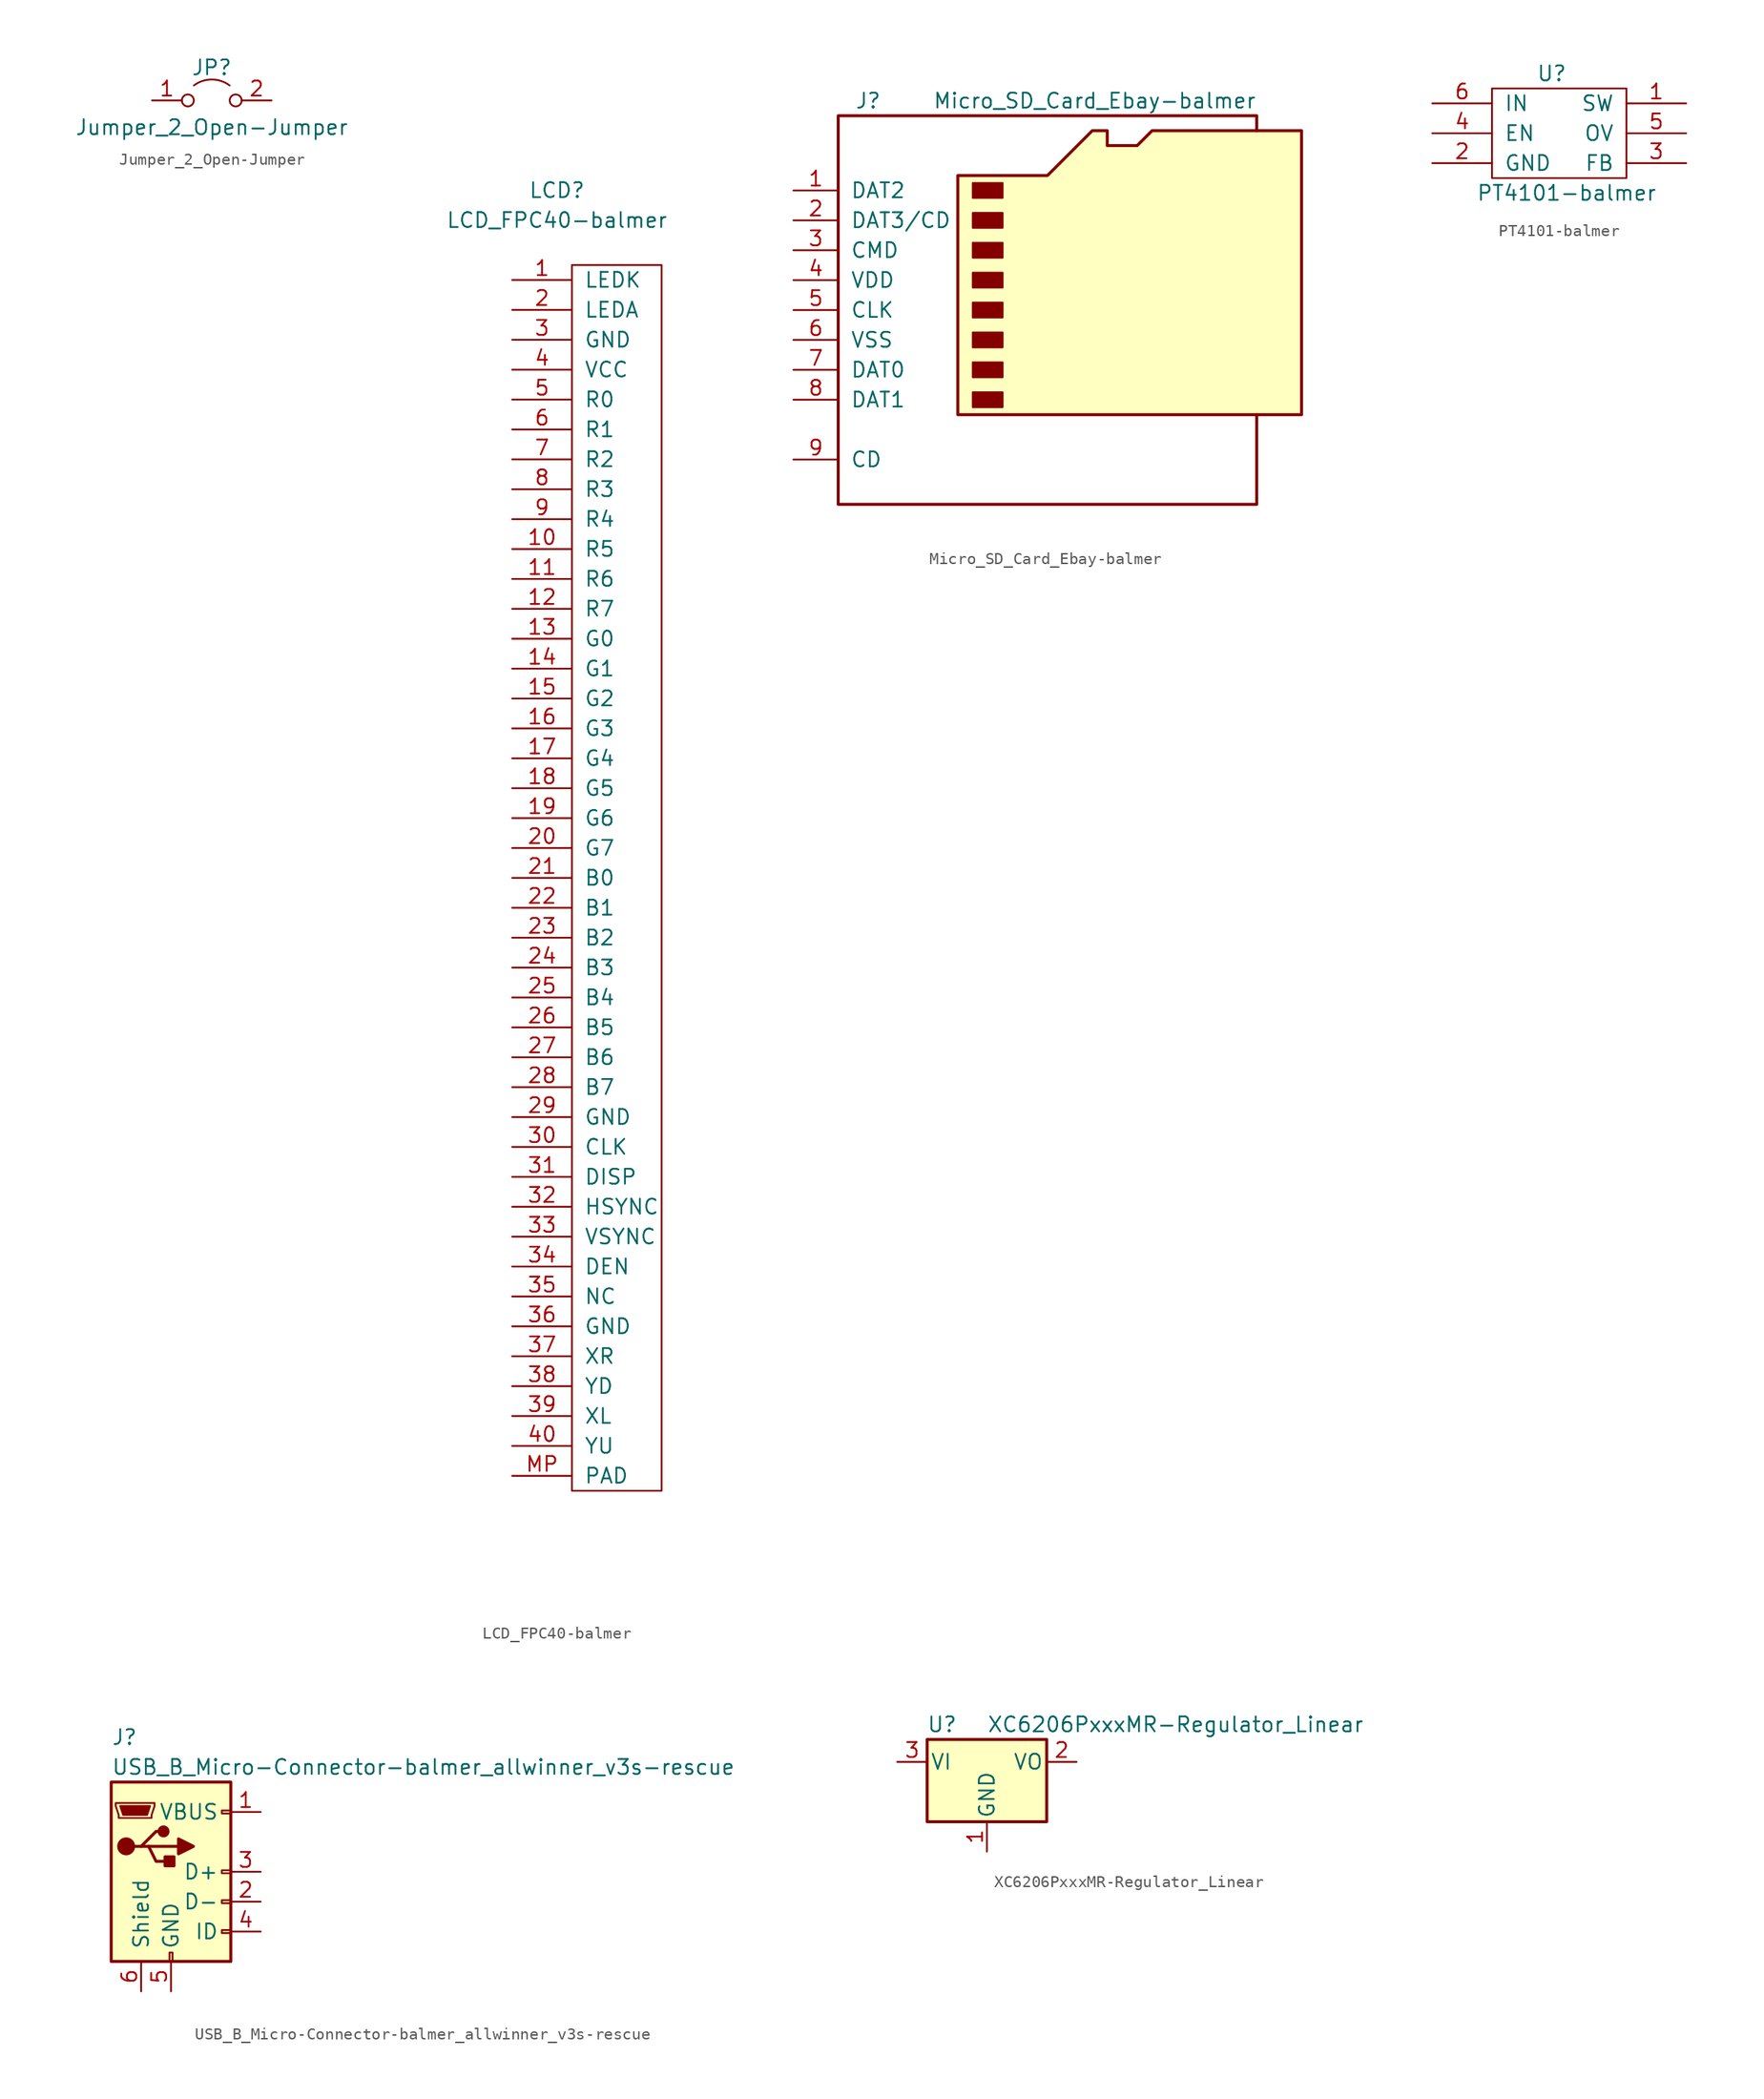
<source format=kicad_sym>
(kicad_symbol_lib
  (version 20211014)
  (generator kicad_symbol_editor)
  (symbol "Jumper_2_Open-Jumper"
    (pin_names
      (offset 0) hide)
    (property "Reference" "JP"
      (at 0 2.794 0)
      (effects (font (size 1.27 1.27))))
    (property "Value" "Jumper_2_Open-Jumper"
      (at 0 -2.286 0)
      (effects (font (size 1.27 1.27))))
    (symbol "Jumper_2_Open-Jumper_0_0"
      (circle (center -2.032 0) (radius 0.508) (stroke (width 0) (type default) (color 0 0 0 0)) (fill (type none)))
      (circle (center 2.032 0) (radius 0.508) (stroke (width 0) (type default) (color 0 0 0 0)) (fill (type none))))
    (symbol "Jumper_2_Open-Jumper_0_1"
      (arc (start 1.524 1.27) (mid 0 1.778) (end -1.524 1.27) (stroke (width 0) (type default) (color 0 0 0 0)) (fill (type none))))
    (symbol "Jumper_2_Open-Jumper_1_1"
      (pin passive line (at -5.08 0 0) (length 2.54) (name "A" (effects (font (size 1.27 1.27)))) (number "1" (effects (font (size 1.27 1.27)))))
      (pin passive line (at 5.08 0 180) (length 2.54) (name "B" (effects (font (size 1.27 1.27)))) (number "2" (effects (font (size 1.27 1.27)))))))
  (symbol "LCD_FPC40-balmer"
    (pin_names
      (offset 1.016))
    (property "Reference" "LCD"
      (at -3.81 54.61 0)
      (effects (font (size 1.27 1.27))))
    (property "Value" "LCD_FPC40-balmer"
      (at -3.81 52.07 0)
      (effects (font (size 1.27 1.27))))
    (symbol "LCD_FPC40-balmer_0_1"
      (rectangle (start -2.54 48.26) (end 5.08 -55.88) (stroke (width 0) (type default) (color 0 0 0 0)) (fill (type none))))
    (symbol "LCD_FPC40-balmer_1_1"
      (pin input line (at -7.62 46.99 0) (length 5.08) (name "LEDK" (effects (font (size 1.27 1.27)))) (number "1" (effects (font (size 1.27 1.27)))))
      (pin input line (at -7.62 24.13 0) (length 5.08) (name "R5" (effects (font (size 1.27 1.27)))) (number "10" (effects (font (size 1.27 1.27)))))
      (pin input line (at -7.62 21.59 0) (length 5.08) (name "R6" (effects (font (size 1.27 1.27)))) (number "11" (effects (font (size 1.27 1.27)))))
      (pin input line (at -7.62 19.05 0) (length 5.08) (name "R7" (effects (font (size 1.27 1.27)))) (number "12" (effects (font (size 1.27 1.27)))))
      (pin input line (at -7.62 16.51 0) (length 5.08) (name "G0" (effects (font (size 1.27 1.27)))) (number "13" (effects (font (size 1.27 1.27)))))
      (pin input line (at -7.62 13.97 0) (length 5.08) (name "G1" (effects (font (size 1.27 1.27)))) (number "14" (effects (font (size 1.27 1.27)))))
      (pin input line (at -7.62 11.43 0) (length 5.08) (name "G2" (effects (font (size 1.27 1.27)))) (number "15" (effects (font (size 1.27 1.27)))))
      (pin input line (at -7.62 8.89 0) (length 5.08) (name "G3" (effects (font (size 1.27 1.27)))) (number "16" (effects (font (size 1.27 1.27)))))
      (pin input line (at -7.62 6.35 0) (length 5.08) (name "G4" (effects (font (size 1.27 1.27)))) (number "17" (effects (font (size 1.27 1.27)))))
      (pin input line (at -7.62 3.81 0) (length 5.08) (name "G5" (effects (font (size 1.27 1.27)))) (number "18" (effects (font (size 1.27 1.27)))))
      (pin input line (at -7.62 1.27 0) (length 5.08) (name "G6" (effects (font (size 1.27 1.27)))) (number "19" (effects (font (size 1.27 1.27)))))
      (pin input line (at -7.62 44.45 0) (length 5.08) (name "LEDA" (effects (font (size 1.27 1.27)))) (number "2" (effects (font (size 1.27 1.27)))))
      (pin input line (at -7.62 -1.27 0) (length 5.08) (name "G7" (effects (font (size 1.27 1.27)))) (number "20" (effects (font (size 1.27 1.27)))))
      (pin input line (at -7.62 -3.81 0) (length 5.08) (name "B0" (effects (font (size 1.27 1.27)))) (number "21" (effects (font (size 1.27 1.27)))))
      (pin input line (at -7.62 -6.35 0) (length 5.08) (name "B1" (effects (font (size 1.27 1.27)))) (number "22" (effects (font (size 1.27 1.27)))))
      (pin input line (at -7.62 -8.89 0) (length 5.08) (name "B2" (effects (font (size 1.27 1.27)))) (number "23" (effects (font (size 1.27 1.27)))))
      (pin input line (at -7.62 -11.43 0) (length 5.08) (name "B3" (effects (font (size 1.27 1.27)))) (number "24" (effects (font (size 1.27 1.27)))))
      (pin input line (at -7.62 -13.97 0) (length 5.08) (name "B4" (effects (font (size 1.27 1.27)))) (number "25" (effects (font (size 1.27 1.27)))))
      (pin input line (at -7.62 -16.51 0) (length 5.08) (name "B5" (effects (font (size 1.27 1.27)))) (number "26" (effects (font (size 1.27 1.27)))))
      (pin input line (at -7.62 -19.05 0) (length 5.08) (name "B6" (effects (font (size 1.27 1.27)))) (number "27" (effects (font (size 1.27 1.27)))))
      (pin input line (at -7.62 -21.59 0) (length 5.08) (name "B7" (effects (font (size 1.27 1.27)))) (number "28" (effects (font (size 1.27 1.27)))))
      (pin input line (at -7.62 -24.13 0) (length 5.08) (name "GND" (effects (font (size 1.27 1.27)))) (number "29" (effects (font (size 1.27 1.27)))))
      (pin input line (at -7.62 41.91 0) (length 5.08) (name "GND" (effects (font (size 1.27 1.27)))) (number "3" (effects (font (size 1.27 1.27)))))
      (pin input line (at -7.62 -26.67 0) (length 5.08) (name "CLK" (effects (font (size 1.27 1.27)))) (number "30" (effects (font (size 1.27 1.27)))))
      (pin input line (at -7.62 -29.21 0) (length 5.08) (name "DISP" (effects (font (size 1.27 1.27)))) (number "31" (effects (font (size 1.27 1.27)))))
      (pin input line (at -7.62 -31.75 0) (length 5.08) (name "HSYNC" (effects (font (size 1.27 1.27)))) (number "32" (effects (font (size 1.27 1.27)))))
      (pin input line (at -7.62 -34.29 0) (length 5.08) (name "VSYNC" (effects (font (size 1.27 1.27)))) (number "33" (effects (font (size 1.27 1.27)))))
      (pin input line (at -7.62 -36.83 0) (length 5.08) (name "DEN" (effects (font (size 1.27 1.27)))) (number "34" (effects (font (size 1.27 1.27)))))
      (pin input line (at -7.62 -39.37 0) (length 5.08) (name "NC" (effects (font (size 1.27 1.27)))) (number "35" (effects (font (size 1.27 1.27)))))
      (pin input line (at -7.62 -41.91 0) (length 5.08) (name "GND" (effects (font (size 1.27 1.27)))) (number "36" (effects (font (size 1.27 1.27)))))
      (pin input line (at -7.62 -44.45 0) (length 5.08) (name "XR" (effects (font (size 1.27 1.27)))) (number "37" (effects (font (size 1.27 1.27)))))
      (pin input line (at -7.62 -46.99 0) (length 5.08) (name "YD" (effects (font (size 1.27 1.27)))) (number "38" (effects (font (size 1.27 1.27)))))
      (pin input line (at -7.62 -49.53 0) (length 5.08) (name "XL" (effects (font (size 1.27 1.27)))) (number "39" (effects (font (size 1.27 1.27)))))
      (pin input line (at -7.62 39.37 0) (length 5.08) (name "VCC" (effects (font (size 1.27 1.27)))) (number "4" (effects (font (size 1.27 1.27)))))
      (pin input line (at -7.62 -52.07 0) (length 5.08) (name "YU" (effects (font (size 1.27 1.27)))) (number "40" (effects (font (size 1.27 1.27)))))
      (pin input line (at -7.62 36.83 0) (length 5.08) (name "R0" (effects (font (size 1.27 1.27)))) (number "5" (effects (font (size 1.27 1.27)))))
      (pin input line (at -7.62 34.29 0) (length 5.08) (name "R1" (effects (font (size 1.27 1.27)))) (number "6" (effects (font (size 1.27 1.27)))))
      (pin input line (at -7.62 31.75 0) (length 5.08) (name "R2" (effects (font (size 1.27 1.27)))) (number "7" (effects (font (size 1.27 1.27)))))
      (pin input line (at -7.62 29.21 0) (length 5.08) (name "R3" (effects (font (size 1.27 1.27)))) (number "8" (effects (font (size 1.27 1.27)))))
      (pin input line (at -7.62 26.67 0) (length 5.08) (name "R4" (effects (font (size 1.27 1.27)))) (number "9" (effects (font (size 1.27 1.27)))))
      (pin input line (at -7.62 -54.61 0) (length 5.08) (name "PAD" (effects (font (size 1.27 1.27)))) (number "MP" (effects (font (size 1.27 1.27)))))))
  (symbol "Micro_SD_Card_Ebay-balmer"
    (pin_names
      (offset 1.016))
    (property "Reference" "J"
      (at -16.51 17.78 0)
      (effects (font (size 1.27 1.27))))
    (property "Value" "Micro_SD_Card_Ebay-balmer"
      (at 16.51 17.78 0)
      (effects (font (size 1.27 1.27)) (justify right)))
    (symbol "Micro_SD_Card_Ebay-balmer_0_1"
      (rectangle (start -7.62 -6.985) (end -5.08 -8.255) (stroke (width 0) (type default) (color 0 0 0 0)) (fill (type outline)))
      (rectangle (start -7.62 -4.445) (end -5.08 -5.715) (stroke (width 0) (type default) (color 0 0 0 0)) (fill (type outline)))
      (rectangle (start -7.62 -1.905) (end -5.08 -3.175) (stroke (width 0) (type default) (color 0 0 0 0)) (fill (type outline)))
      (rectangle (start -7.62 0.635) (end -5.08 -0.635) (stroke (width 0) (type default) (color 0 0 0 0)) (fill (type outline)))
      (rectangle (start -7.62 3.175) (end -5.08 1.905) (stroke (width 0) (type default) (color 0 0 0 0)) (fill (type outline)))
      (rectangle (start -7.62 5.715) (end -5.08 4.445) (stroke (width 0) (type default) (color 0 0 0 0)) (fill (type outline)))
      (rectangle (start -7.62 8.255) (end -5.08 6.985) (stroke (width 0) (type default) (color 0 0 0 0)) (fill (type outline)))
      (rectangle (start -7.62 10.795) (end -5.08 9.525) (stroke (width 0) (type default) (color 0 0 0 0)) (fill (type outline)))
      (polyline (pts (xy 16.51 15.24) (xy 16.51 16.51) (xy -19.05 16.51) (xy -19.05 -16.51) (xy 16.51 -16.51) (xy 16.51 -8.89)) (stroke (width 0.254) (type default) (color 0 0 0 0)) (fill (type none)))
      (polyline (pts (xy -8.89 -8.89) (xy -8.89 11.43) (xy -1.27 11.43) (xy 2.54 15.24) (xy 3.81 15.24) (xy 3.81 13.97) (xy 6.35 13.97) (xy 7.62 15.24) (xy 20.32 15.24) (xy 20.32 -8.89) (xy -8.89 -8.89)) (stroke (width 0.254) (type default) (color 0 0 0 0)) (fill (type background))))
    (symbol "Micro_SD_Card_Ebay-balmer_1_1"
      (pin bidirectional line (at -22.86 10.16 0) (length 3.81) (name "DAT2" (effects (font (size 1.27 1.27)))) (number "1" (effects (font (size 1.27 1.27)))))
      (pin bidirectional line (at -22.86 7.62 0) (length 3.81) (name "DAT3/CD" (effects (font (size 1.27 1.27)))) (number "2" (effects (font (size 1.27 1.27)))))
      (pin input line (at -22.86 5.08 0) (length 3.81) (name "CMD" (effects (font (size 1.27 1.27)))) (number "3" (effects (font (size 1.27 1.27)))))
      (pin power_in line (at -22.86 2.54 0) (length 3.81) (name "VDD" (effects (font (size 1.27 1.27)))) (number "4" (effects (font (size 1.27 1.27)))))
      (pin input line (at -22.86 0 0) (length 3.81) (name "CLK" (effects (font (size 1.27 1.27)))) (number "5" (effects (font (size 1.27 1.27)))))
      (pin power_in line (at -22.86 -2.54 0) (length 3.81) (name "VSS" (effects (font (size 1.27 1.27)))) (number "6" (effects (font (size 1.27 1.27)))))
      (pin bidirectional line (at -22.86 -5.08 0) (length 3.81) (name "DAT0" (effects (font (size 1.27 1.27)))) (number "7" (effects (font (size 1.27 1.27)))))
      (pin bidirectional line (at -22.86 -7.62 0) (length 3.81) (name "DAT1" (effects (font (size 1.27 1.27)))) (number "8" (effects (font (size 1.27 1.27)))))
      (pin passive line (at -22.86 -12.7 0) (length 3.81) (name "CD" (effects (font (size 1.27 1.27)))) (number "9" (effects (font (size 1.27 1.27)))))))
  (symbol "PT4101-balmer"
    (pin_names
      (offset 1.016))
    (property "Reference" "U"
      (at -1.27 3.81 0)
      (effects (font (size 1.27 1.27))))
    (property "Value" "PT4101-balmer"
      (at 0 -6.35 0)
      (effects (font (size 1.27 1.27))))
    (symbol "PT4101-balmer_0_1"
      (rectangle (start -6.35 2.54) (end 5.08 -5.08) (stroke (width 0) (type default) (color 0 0 0 0)) (fill (type none))))
    (symbol "PT4101-balmer_1_1"
      (pin input line (at 10.16 1.27 180) (length 5.08) (name "SW" (effects (font (size 1.27 1.27)))) (number "1" (effects (font (size 1.27 1.27)))))
      (pin input line (at -11.43 -3.81 0) (length 5.08) (name "GND" (effects (font (size 1.27 1.27)))) (number "2" (effects (font (size 1.27 1.27)))))
      (pin input line (at 10.16 -3.81 180) (length 5.08) (name "FB" (effects (font (size 1.27 1.27)))) (number "3" (effects (font (size 1.27 1.27)))))
      (pin input line (at -11.43 -1.27 0) (length 5.08) (name "EN" (effects (font (size 1.27 1.27)))) (number "4" (effects (font (size 1.27 1.27)))))
      (pin input line (at 10.16 -1.27 180) (length 5.08) (name "OV" (effects (font (size 1.27 1.27)))) (number "5" (effects (font (size 1.27 1.27)))))
      (pin input line (at -11.43 1.27 0) (length 5.08) (name "IN" (effects (font (size 1.27 1.27)))) (number "6" (effects (font (size 1.27 1.27)))))))
  (symbol "USB_B_Micro-Connector-balmer_allwinner_v3s-rescue"
    (pin_names
      (offset 1.016))
    (property "Reference" "J"
      (at -5.08 11.43 0)
      (effects (font (size 1.27 1.27)) (justify left)))
    (property "Value" "USB_B_Micro-Connector-balmer_allwinner_v3s-rescue"
      (at -5.08 8.89 0)
      (effects (font (size 1.27 1.27)) (justify left)))
    (symbol "USB_B_Micro-Connector-balmer_allwinner_v3s-rescue_0_1"
      (rectangle (start -5.08 -7.62) (end 5.08 7.62) (stroke (width 0.254) (type default) (color 0 0 0 0)) (fill (type background)))
      (circle (center -3.81 2.159) (radius 0.635) (stroke (width 0.254) (type default) (color 0 0 0 0)) (fill (type outline)))
      (circle (center -0.635 3.429) (radius 0.381) (stroke (width 0.254) (type default) (color 0 0 0 0)) (fill (type outline)))
      (rectangle (start -0.127 -7.62) (end 0.127 -6.858) (stroke (width 0) (type default) (color 0 0 0 0)) (fill (type none)))
      (polyline (pts (xy -1.905 2.159) (xy 0.635 2.159)) (stroke (width 0.254) (type default) (color 0 0 0 0)) (fill (type none)))
      (polyline (pts (xy -3.175 2.159) (xy -2.54 2.159) (xy -1.27 3.429) (xy -0.635 3.429)) (stroke (width 0.254) (type default) (color 0 0 0 0)) (fill (type none)))
      (polyline (pts (xy -2.54 2.159) (xy -1.905 2.159) (xy -1.27 0.889) (xy 0 0.889)) (stroke (width 0.254) (type default) (color 0 0 0 0)) (fill (type none)))
      (polyline (pts (xy 0.635 2.794) (xy 0.635 1.524) (xy 1.905 2.159) (xy 0.635 2.794)) (stroke (width 0.254) (type default) (color 0 0 0 0)) (fill (type outline)))
      (polyline (pts (xy -4.318 5.588) (xy -1.778 5.588) (xy -2.032 4.826) (xy -4.064 4.826) (xy -4.318 5.588)) (stroke (width 0) (type default) (color 0 0 0 0)) (fill (type outline)))
      (polyline (pts (xy -4.699 5.842) (xy -4.699 5.588) (xy -4.445 4.826) (xy -4.445 4.572) (xy -1.651 4.572) (xy -1.651 4.826) (xy -1.397 5.588) (xy -1.397 5.842) (xy -4.699 5.842)) (stroke (width 0) (type default) (color 0 0 0 0)) (fill (type none)))
      (rectangle (start 0.254 1.27) (end -0.508 0.508) (stroke (width 0.254) (type default) (color 0 0 0 0)) (fill (type outline)))
      (rectangle (start 5.08 -5.207) (end 4.318 -4.953) (stroke (width 0) (type default) (color 0 0 0 0)) (fill (type none)))
      (rectangle (start 5.08 -2.667) (end 4.318 -2.413) (stroke (width 0) (type default) (color 0 0 0 0)) (fill (type none)))
      (rectangle (start 5.08 -0.127) (end 4.318 0.127) (stroke (width 0) (type default) (color 0 0 0 0)) (fill (type none)))
      (rectangle (start 5.08 4.953) (end 4.318 5.207) (stroke (width 0) (type default) (color 0 0 0 0)) (fill (type none))))
    (symbol "USB_B_Micro-Connector-balmer_allwinner_v3s-rescue_1_1"
      (pin power_out line (at 7.62 5.08 180) (length 2.54) (name "VBUS" (effects (font (size 1.27 1.27)))) (number "1" (effects (font (size 1.27 1.27)))))
      (pin passive line (at 7.62 -2.54 180) (length 2.54) (name "D-" (effects (font (size 1.27 1.27)))) (number "2" (effects (font (size 1.27 1.27)))))
      (pin passive line (at 7.62 0 180) (length 2.54) (name "D+" (effects (font (size 1.27 1.27)))) (number "3" (effects (font (size 1.27 1.27)))))
      (pin passive line (at 7.62 -5.08 180) (length 2.54) (name "ID" (effects (font (size 1.27 1.27)))) (number "4" (effects (font (size 1.27 1.27)))))
      (pin power_out line (at 0 -10.16 90) (length 2.54) (name "GND" (effects (font (size 1.27 1.27)))) (number "5" (effects (font (size 1.27 1.27)))))
      (pin passive line (at -2.54 -10.16 90) (length 2.54) (name "Shield" (effects (font (size 1.27 1.27)))) (number "6" (effects (font (size 1.27 1.27)))))))
  (symbol "XC6206PxxxMR-Regulator_Linear"
    (pin_names
      (offset 0.254))
    (property "Reference" "U"
      (at -3.81 3.175 0)
      (effects (font (size 1.27 1.27))))
    (property "Value" "XC6206PxxxMR-Regulator_Linear"
      (at 0 3.175 0)
      (effects (font (size 1.27 1.27)) (justify left)))
    (symbol "XC6206PxxxMR-Regulator_Linear_0_1"
      (rectangle (start -5.08 1.905) (end 5.08 -5.08) (stroke (width 0.254) (type default) (color 0 0 0 0)) (fill (type background))))
    (symbol "XC6206PxxxMR-Regulator_Linear_1_1"
      (pin power_in line (at 0 -7.62 90) (length 2.54) (name "GND" (effects (font (size 1.27 1.27)))) (number "1" (effects (font (size 1.27 1.27)))))
      (pin power_out line (at 7.62 0 180) (length 2.54) (name "VO" (effects (font (size 1.27 1.27)))) (number "2" (effects (font (size 1.27 1.27)))))
      (pin power_in line (at -7.62 0 0) (length 2.54) (name "VI" (effects (font (size 1.27 1.27)))) (number "3" (effects (font (size 1.27 1.27))))))))
</source>
